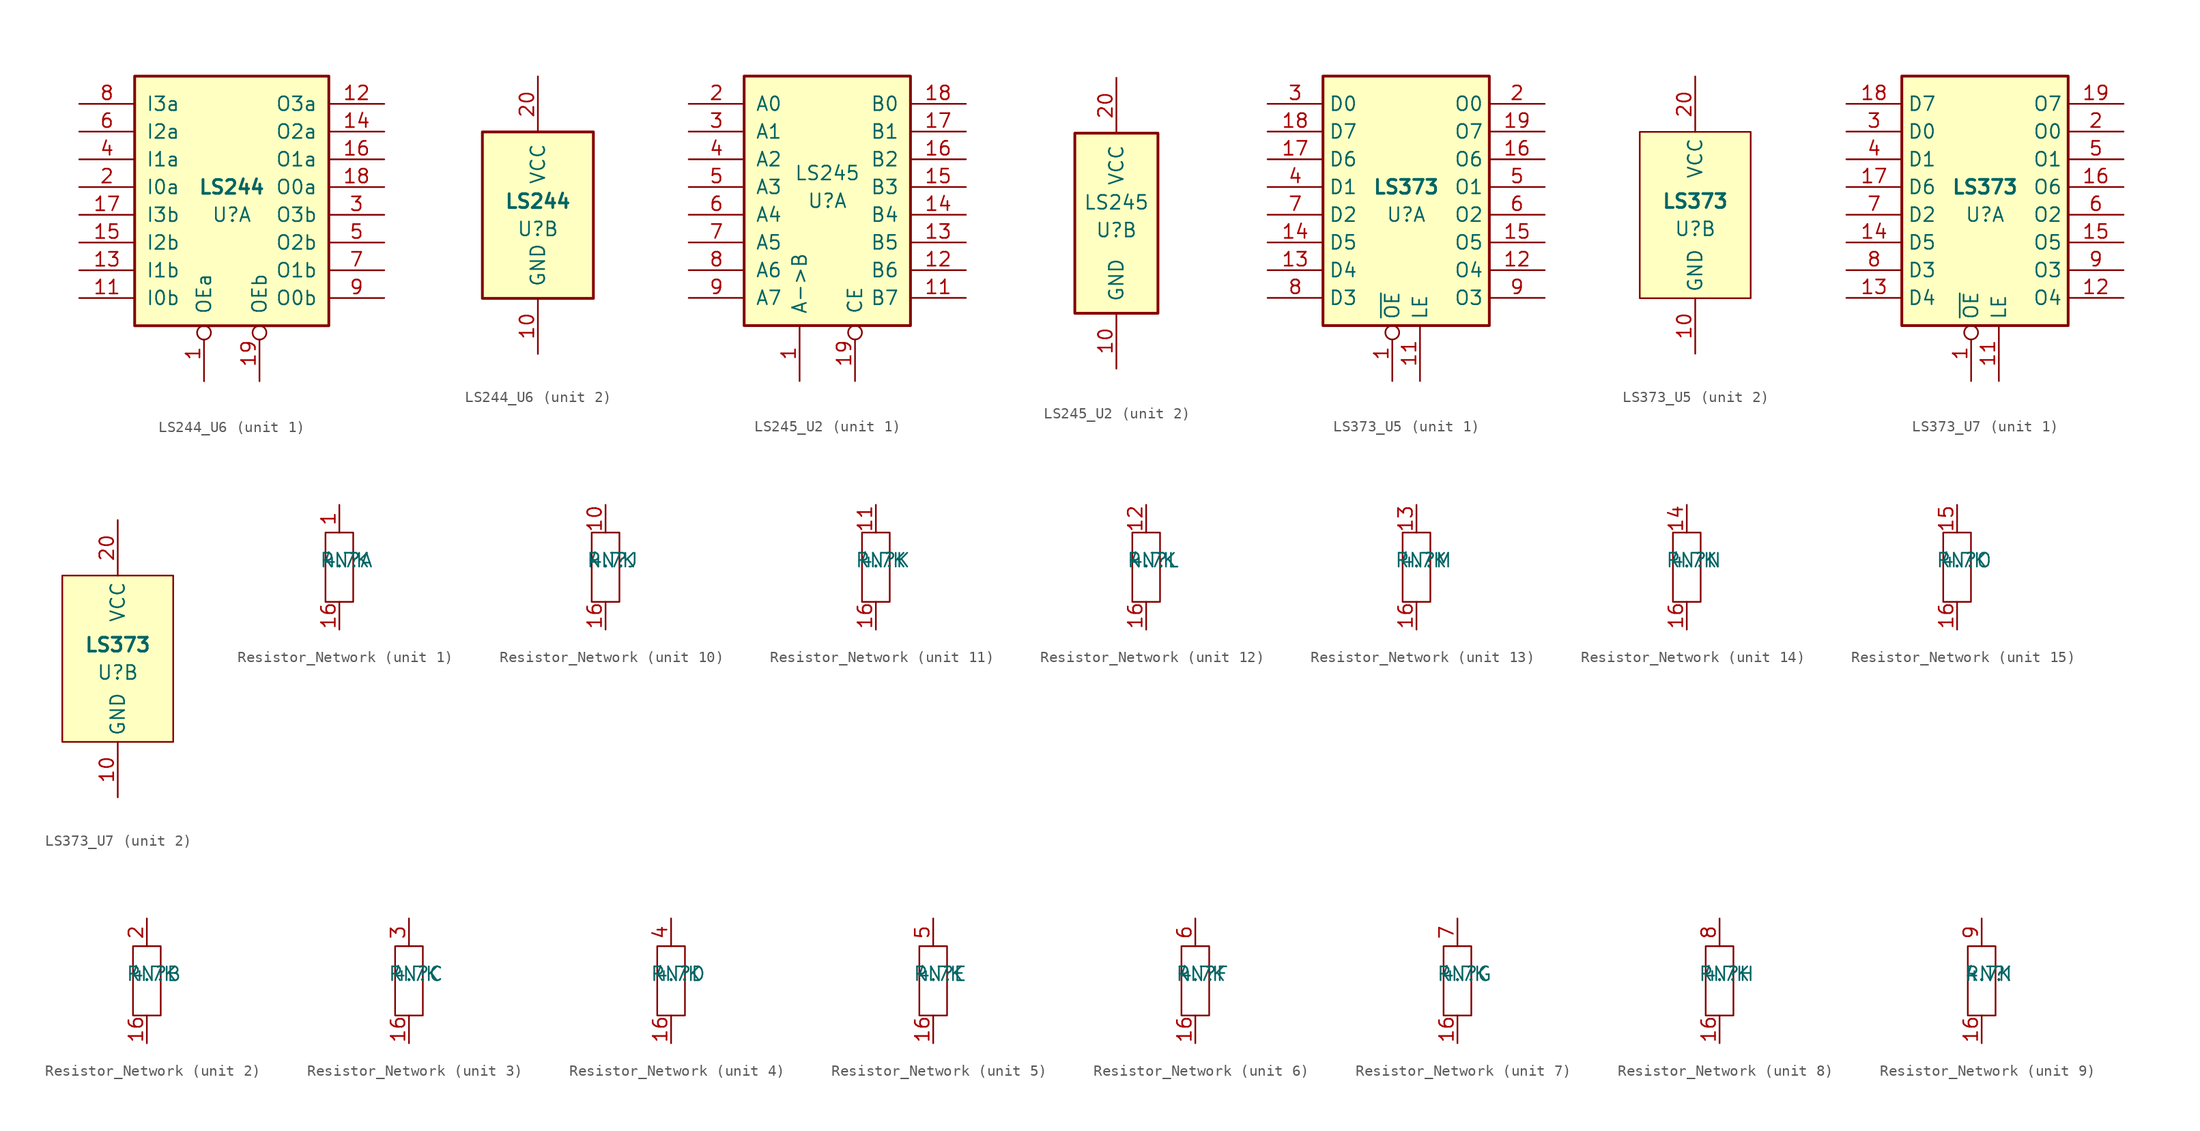
<source format=kicad_sym>
(kicad_symbol_lib
  (version 20220914)
  (generator kicad_symbol_editor)
  (symbol "LS244_U6"
    (pin_names
      (offset 1.016))
    (property "Reference" "U"
      (at 0 -1.27 0)
      (effects (font (size 1.27 1.27))))
    (property "Value" "LS244"
      (at 0 1.27 0)
      (effects (font (size 1.27 1.27) bold)))
    (property "ki_locked" ""
      (at 0 0 0)
      (effects (font (size 1.27 1.27))))
    (symbol "LS244_U6_1_0"
      (pin input inverted (at -2.54 -16.51 90) (length 5.08) (name "OEa" (effects (font (size 1.27 1.27)))) (number "1" (effects (font (size 1.27 1.27)))))
      (pin input line (at -13.97 -8.89 0) (length 5.08) (name "I0b" (effects (font (size 1.27 1.27)))) (number "11" (effects (font (size 1.27 1.27)))))
      (pin tri_state line (at 13.97 8.89 180) (length 5.08) (name "O3a" (effects (font (size 1.27 1.27)))) (number "12" (effects (font (size 1.27 1.27)))))
      (pin input line (at -13.97 -6.35 0) (length 5.08) (name "I1b" (effects (font (size 1.27 1.27)))) (number "13" (effects (font (size 1.27 1.27)))))
      (pin tri_state line (at 13.97 6.35 180) (length 5.08) (name "O2a" (effects (font (size 1.27 1.27)))) (number "14" (effects (font (size 1.27 1.27)))))
      (pin input line (at -13.97 -3.81 0) (length 5.08) (name "I2b" (effects (font (size 1.27 1.27)))) (number "15" (effects (font (size 1.27 1.27)))))
      (pin tri_state line (at 13.97 3.81 180) (length 5.08) (name "O1a" (effects (font (size 1.27 1.27)))) (number "16" (effects (font (size 1.27 1.27)))))
      (pin input line (at -13.97 -1.27 0) (length 5.08) (name "I3b" (effects (font (size 1.27 1.27)))) (number "17" (effects (font (size 1.27 1.27)))))
      (pin tri_state line (at 13.97 1.27 180) (length 5.08) (name "O0a" (effects (font (size 1.27 1.27)))) (number "18" (effects (font (size 1.27 1.27)))))
      (pin input inverted (at 2.54 -16.51 90) (length 5.08) (name "OEb" (effects (font (size 1.27 1.27)))) (number "19" (effects (font (size 1.27 1.27)))))
      (pin input line (at -13.97 1.27 0) (length 5.08) (name "I0a" (effects (font (size 1.27 1.27)))) (number "2" (effects (font (size 1.27 1.27)))))
      (pin tri_state line (at 13.97 -1.27 180) (length 5.08) (name "O3b" (effects (font (size 1.27 1.27)))) (number "3" (effects (font (size 1.27 1.27)))))
      (pin input line (at -13.97 3.81 0) (length 5.08) (name "I1a" (effects (font (size 1.27 1.27)))) (number "4" (effects (font (size 1.27 1.27)))))
      (pin tri_state line (at 13.97 -3.81 180) (length 5.08) (name "O2b" (effects (font (size 1.27 1.27)))) (number "5" (effects (font (size 1.27 1.27)))))
      (pin input line (at -13.97 6.35 0) (length 5.08) (name "I2a" (effects (font (size 1.27 1.27)))) (number "6" (effects (font (size 1.27 1.27)))))
      (pin tri_state line (at 13.97 -6.35 180) (length 5.08) (name "O1b" (effects (font (size 1.27 1.27)))) (number "7" (effects (font (size 1.27 1.27)))))
      (pin input line (at -13.97 8.89 0) (length 5.08) (name "I3a" (effects (font (size 1.27 1.27)))) (number "8" (effects (font (size 1.27 1.27)))))
      (pin tri_state line (at 13.97 -8.89 180) (length 5.08) (name "O0b" (effects (font (size 1.27 1.27)))) (number "9" (effects (font (size 1.27 1.27))))))
    (symbol "LS244_U6_1_1"
      (rectangle (start -8.89 11.43) (end 8.89 -11.43) (stroke (width 0.254) (type default)) (fill (type background))))
    (symbol "LS244_U6_2_0"
      (pin power_in line (at 0 -12.7 90) (length 5.08) (name "GND" (effects (font (size 1.27 1.27)))) (number "10" (effects (font (size 1.27 1.27)))))
      (pin power_in line (at 0 12.7 270) (length 5.08) (name "VCC" (effects (font (size 1.27 1.27)))) (number "20" (effects (font (size 1.27 1.27))))))
    (symbol "LS244_U6_2_1"
      (rectangle (start -5.08 7.62) (end 5.08 -7.62) (stroke (width 0.254) (type default)) (fill (type background)))))
  (symbol "LS245_U2"
    (pin_names
      (offset 1.016))
    (property "Reference" "U"
      (at 0 0 0)
      (effects (font (size 1.27 1.27))))
    (property "Value" "LS245"
      (at 0 2.54 0)
      (effects (font (size 1.27 1.27))))
    (property "ki_locked" ""
      (at 0 0 0)
      (effects (font (size 1.27 1.27))))
    (symbol "LS245_U2_1_0"
      (pin input line (at -2.54 -16.51 90) (length 5.08) (name "A->B" (effects (font (size 1.27 1.27)))) (number "1" (effects (font (size 1.27 1.27)))))
      (pin tri_state line (at 12.7 -8.89 180) (length 5.08) (name "B7" (effects (font (size 1.27 1.27)))) (number "11" (effects (font (size 1.27 1.27)))))
      (pin tri_state line (at 12.7 -6.35 180) (length 5.08) (name "B6" (effects (font (size 1.27 1.27)))) (number "12" (effects (font (size 1.27 1.27)))))
      (pin tri_state line (at 12.7 -3.81 180) (length 5.08) (name "B5" (effects (font (size 1.27 1.27)))) (number "13" (effects (font (size 1.27 1.27)))))
      (pin tri_state line (at 12.7 -1.27 180) (length 5.08) (name "B4" (effects (font (size 1.27 1.27)))) (number "14" (effects (font (size 1.27 1.27)))))
      (pin tri_state line (at 12.7 1.27 180) (length 5.08) (name "B3" (effects (font (size 1.27 1.27)))) (number "15" (effects (font (size 1.27 1.27)))))
      (pin tri_state line (at 12.7 3.81 180) (length 5.08) (name "B2" (effects (font (size 1.27 1.27)))) (number "16" (effects (font (size 1.27 1.27)))))
      (pin tri_state line (at 12.7 6.35 180) (length 5.08) (name "B1" (effects (font (size 1.27 1.27)))) (number "17" (effects (font (size 1.27 1.27)))))
      (pin tri_state line (at 12.7 8.89 180) (length 5.08) (name "B0" (effects (font (size 1.27 1.27)))) (number "18" (effects (font (size 1.27 1.27)))))
      (pin input inverted (at 2.54 -16.51 90) (length 5.08) (name "CE" (effects (font (size 1.27 1.27)))) (number "19" (effects (font (size 1.27 1.27)))))
      (pin tri_state line (at -12.7 8.89 0) (length 5.08) (name "A0" (effects (font (size 1.27 1.27)))) (number "2" (effects (font (size 1.27 1.27)))))
      (pin tri_state line (at -12.7 6.35 0) (length 5.08) (name "A1" (effects (font (size 1.27 1.27)))) (number "3" (effects (font (size 1.27 1.27)))))
      (pin tri_state line (at -12.7 3.81 0) (length 5.08) (name "A2" (effects (font (size 1.27 1.27)))) (number "4" (effects (font (size 1.27 1.27)))))
      (pin tri_state line (at -12.7 1.27 0) (length 5.08) (name "A3" (effects (font (size 1.27 1.27)))) (number "5" (effects (font (size 1.27 1.27)))))
      (pin tri_state line (at -12.7 -1.27 0) (length 5.08) (name "A4" (effects (font (size 1.27 1.27)))) (number "6" (effects (font (size 1.27 1.27)))))
      (pin tri_state line (at -12.7 -3.81 0) (length 5.08) (name "A5" (effects (font (size 1.27 1.27)))) (number "7" (effects (font (size 1.27 1.27)))))
      (pin tri_state line (at -12.7 -6.35 0) (length 5.08) (name "A6" (effects (font (size 1.27 1.27)))) (number "8" (effects (font (size 1.27 1.27)))))
      (pin tri_state line (at -12.7 -8.89 0) (length 5.08) (name "A7" (effects (font (size 1.27 1.27)))) (number "9" (effects (font (size 1.27 1.27))))))
    (symbol "LS245_U2_1_1"
      (rectangle (start -7.62 11.43) (end 7.62 -11.43) (stroke (width 0.254) (type default)) (fill (type background))))
    (symbol "LS245_U2_2_0"
      (pin power_in line (at 0 -12.7 90) (length 5.08) (name "GND" (effects (font (size 1.27 1.27)))) (number "10" (effects (font (size 1.27 1.27)))))
      (pin power_in line (at 0 13.97 270) (length 5.08) (name "VCC" (effects (font (size 1.27 1.27)))) (number "20" (effects (font (size 1.27 1.27))))))
    (symbol "LS245_U2_2_1"
      (rectangle (start -3.81 8.89) (end 3.81 -7.62) (stroke (width 0.254) (type default)) (fill (type background)))))
  (symbol "LS373_U5"
    (property "Reference" "U"
      (at 0 -1.27 0)
      (effects (font (size 1.27 1.27))))
    (property "Value" "LS373"
      (at 0 1.27 0)
      (effects (font (size 1.27 1.27) bold)))
    (property "ki_locked" ""
      (at 0 0 0)
      (effects (font (size 1.27 1.27))))
    (symbol "LS373_U5_1_0"
      (pin input inverted (at -1.27 -16.51 90) (length 5.08) (name "~{OE}" (effects (font (size 1.27 1.27)))) (number "1" (effects (font (size 1.27 1.27)))))
      (pin input line (at 1.27 -16.51 90) (length 5.08) (name "LE" (effects (font (size 1.27 1.27)))) (number "11" (effects (font (size 1.27 1.27)))))
      (pin tri_state line (at 12.7 -6.35 180) (length 5.08) (name "O4" (effects (font (size 1.27 1.27)))) (number "12" (effects (font (size 1.27 1.27)))))
      (pin input line (at -12.7 -6.35 0) (length 5.08) (name "D4" (effects (font (size 1.27 1.27)))) (number "13" (effects (font (size 1.27 1.27)))))
      (pin input line (at -12.7 -3.81 0) (length 5.08) (name "D5" (effects (font (size 1.27 1.27)))) (number "14" (effects (font (size 1.27 1.27)))))
      (pin tri_state line (at 12.7 -3.81 180) (length 5.08) (name "O5" (effects (font (size 1.27 1.27)))) (number "15" (effects (font (size 1.27 1.27)))))
      (pin tri_state line (at 12.7 3.81 180) (length 5.08) (name "O6" (effects (font (size 1.27 1.27)))) (number "16" (effects (font (size 1.27 1.27)))))
      (pin input line (at -12.7 3.81 0) (length 5.08) (name "D6" (effects (font (size 1.27 1.27)))) (number "17" (effects (font (size 1.27 1.27)))))
      (pin input line (at -12.7 6.35 0) (length 5.08) (name "D7" (effects (font (size 1.27 1.27)))) (number "18" (effects (font (size 1.27 1.27)))))
      (pin tri_state line (at 12.7 6.35 180) (length 5.08) (name "O7" (effects (font (size 1.27 1.27)))) (number "19" (effects (font (size 1.27 1.27)))))
      (pin tri_state line (at 12.7 8.89 180) (length 5.08) (name "O0" (effects (font (size 1.27 1.27)))) (number "2" (effects (font (size 1.27 1.27)))))
      (pin input line (at -12.7 8.89 0) (length 5.08) (name "D0" (effects (font (size 1.27 1.27)))) (number "3" (effects (font (size 1.27 1.27)))))
      (pin input line (at -12.7 1.27 0) (length 5.08) (name "D1" (effects (font (size 1.27 1.27)))) (number "4" (effects (font (size 1.27 1.27)))))
      (pin tri_state line (at 12.7 1.27 180) (length 5.08) (name "O1" (effects (font (size 1.27 1.27)))) (number "5" (effects (font (size 1.27 1.27)))))
      (pin tri_state line (at 12.7 -1.27 180) (length 5.08) (name "O2" (effects (font (size 1.27 1.27)))) (number "6" (effects (font (size 1.27 1.27)))))
      (pin input line (at -12.7 -1.27 0) (length 5.08) (name "D2" (effects (font (size 1.27 1.27)))) (number "7" (effects (font (size 1.27 1.27)))))
      (pin input line (at -12.7 -8.89 0) (length 5.08) (name "D3" (effects (font (size 1.27 1.27)))) (number "8" (effects (font (size 1.27 1.27)))))
      (pin tri_state line (at 12.7 -8.89 180) (length 5.08) (name "O3" (effects (font (size 1.27 1.27)))) (number "9" (effects (font (size 1.27 1.27))))))
    (symbol "LS373_U5_1_1"
      (rectangle (start -7.62 11.43) (end 7.62 -11.43) (stroke (width 0.254) (type default)) (fill (type background))))
    (symbol "LS373_U5_2_0"
      (pin power_in line (at 0 -12.7 90) (length 5.08) (name "GND" (effects (font (size 1.27 1.27)))) (number "10" (effects (font (size 1.27 1.27)))))
      (pin power_in line (at 0 12.7 270) (length 5.08) (name "VCC" (effects (font (size 1.27 1.27)))) (number "20" (effects (font (size 1.27 1.27))))))
    (symbol "LS373_U5_2_1"
      (rectangle (start -5.08 7.62) (end 5.08 -7.62) (stroke (width 0) (type default)) (fill (type background)))))
  (symbol "LS373_U7"
    (property "Reference" "U"
      (at 0 -1.27 0)
      (effects (font (size 1.27 1.27))))
    (property "Value" "LS373"
      (at 0 1.27 0)
      (effects (font (size 1.27 1.27) bold)))
    (property "ki_locked" ""
      (at 0 0 0)
      (effects (font (size 1.27 1.27))))
    (symbol "LS373_U7_1_0"
      (pin input inverted (at -1.27 -16.51 90) (length 5.08) (name "~{OE}" (effects (font (size 1.27 1.27)))) (number "1" (effects (font (size 1.27 1.27)))))
      (pin input line (at 1.27 -16.51 90) (length 5.08) (name "LE" (effects (font (size 1.27 1.27)))) (number "11" (effects (font (size 1.27 1.27)))))
      (pin tri_state line (at 12.7 -8.89 180) (length 5.08) (name "O4" (effects (font (size 1.27 1.27)))) (number "12" (effects (font (size 1.27 1.27)))))
      (pin input line (at -12.7 -8.89 0) (length 5.08) (name "D4" (effects (font (size 1.27 1.27)))) (number "13" (effects (font (size 1.27 1.27)))))
      (pin input line (at -12.7 -3.81 0) (length 5.08) (name "D5" (effects (font (size 1.27 1.27)))) (number "14" (effects (font (size 1.27 1.27)))))
      (pin tri_state line (at 12.7 -3.81 180) (length 5.08) (name "O5" (effects (font (size 1.27 1.27)))) (number "15" (effects (font (size 1.27 1.27)))))
      (pin tri_state line (at 12.7 1.27 180) (length 5.08) (name "O6" (effects (font (size 1.27 1.27)))) (number "16" (effects (font (size 1.27 1.27)))))
      (pin input line (at -12.7 1.27 0) (length 5.08) (name "D6" (effects (font (size 1.27 1.27)))) (number "17" (effects (font (size 1.27 1.27)))))
      (pin input line (at -12.7 8.89 0) (length 5.08) (name "D7" (effects (font (size 1.27 1.27)))) (number "18" (effects (font (size 1.27 1.27)))))
      (pin tri_state line (at 12.7 8.89 180) (length 5.08) (name "O7" (effects (font (size 1.27 1.27)))) (number "19" (effects (font (size 1.27 1.27)))))
      (pin tri_state line (at 12.7 6.35 180) (length 5.08) (name "O0" (effects (font (size 1.27 1.27)))) (number "2" (effects (font (size 1.27 1.27)))))
      (pin input line (at -12.7 6.35 0) (length 5.08) (name "D0" (effects (font (size 1.27 1.27)))) (number "3" (effects (font (size 1.27 1.27)))))
      (pin input line (at -12.7 3.81 0) (length 5.08) (name "D1" (effects (font (size 1.27 1.27)))) (number "4" (effects (font (size 1.27 1.27)))))
      (pin tri_state line (at 12.7 3.81 180) (length 5.08) (name "O1" (effects (font (size 1.27 1.27)))) (number "5" (effects (font (size 1.27 1.27)))))
      (pin tri_state line (at 12.7 -1.27 180) (length 5.08) (name "O2" (effects (font (size 1.27 1.27)))) (number "6" (effects (font (size 1.27 1.27)))))
      (pin input line (at -12.7 -1.27 0) (length 5.08) (name "D2" (effects (font (size 1.27 1.27)))) (number "7" (effects (font (size 1.27 1.27)))))
      (pin input line (at -12.7 -6.35 0) (length 5.08) (name "D3" (effects (font (size 1.27 1.27)))) (number "8" (effects (font (size 1.27 1.27)))))
      (pin tri_state line (at 12.7 -6.35 180) (length 5.08) (name "O3" (effects (font (size 1.27 1.27)))) (number "9" (effects (font (size 1.27 1.27))))))
    (symbol "LS373_U7_1_1"
      (rectangle (start -7.62 11.43) (end 7.62 -11.43) (stroke (width 0.254) (type default)) (fill (type background))))
    (symbol "LS373_U7_2_0"
      (pin power_in line (at 0 -12.7 90) (length 5.08) (name "GND" (effects (font (size 1.27 1.27)))) (number "10" (effects (font (size 1.27 1.27)))))
      (pin power_in line (at 0 12.7 270) (length 5.08) (name "VCC" (effects (font (size 1.27 1.27)))) (number "20" (effects (font (size 1.27 1.27))))))
    (symbol "LS373_U7_2_1"
      (rectangle (start -5.08 7.62) (end 5.08 -7.62) (stroke (width 0) (type default)) (fill (type background)))))
  (symbol "Resistor_Network"
    (property "Reference" "RN"
      (at 0.635 0.635 0)
      (effects (font (size 1.27 1.27))))
    (property "Value" "4.7K"
      (at 0.635 0.635 0)
      (effects (font (size 1.27 1.27))))
    (property "ki_locked" ""
      (at 0 0 0)
      (effects (font (size 1.27 1.27))))
    (symbol "Resistor_Network_1_1"
      (rectangle (start -1.27 3.175) (end 1.27 -3.175) (stroke (width 0) (type default)) (fill (type none)))
      (pin passive line (at 0 5.715 270) (length 2.54) (name "~" (effects (font (size 1.27 1.27)))) (number "1" (effects (font (size 1.27 1.27)))))
      (pin passive line (at 0 -5.715 90) (length 2.54) (name "~" (effects (font (size 1.27 1.27)))) (number "16" (effects (font (size 1.27 1.27))))))
    (symbol "Resistor_Network_2_0"
      (pin passive line (at 0 -5.715 90) (length 2.54) (name "~" (effects (font (size 1.27 1.27)))) (number "16" (effects (font (size 1.27 1.27)))))
      (pin passive line (at 0 5.715 270) (length 2.54) (name "~" (effects (font (size 1.27 1.27)))) (number "2" (effects (font (size 1.27 1.27))))))
    (symbol "Resistor_Network_2_1"
      (rectangle (start -1.27 3.175) (end 1.27 -3.175) (stroke (width 0) (type default)) (fill (type none))))
    (symbol "Resistor_Network_3_0"
      (pin passive line (at 0 -5.715 90) (length 2.54) (name "~" (effects (font (size 1.27 1.27)))) (number "16" (effects (font (size 1.27 1.27)))))
      (pin passive line (at 0 5.715 270) (length 2.54) (name "~" (effects (font (size 1.27 1.27)))) (number "3" (effects (font (size 1.27 1.27))))))
    (symbol "Resistor_Network_3_1"
      (rectangle (start -1.27 3.175) (end 1.27 -3.175) (stroke (width 0) (type default)) (fill (type none))))
    (symbol "Resistor_Network_4_0"
      (pin passive line (at 0 -5.715 90) (length 2.54) (name "~" (effects (font (size 1.27 1.27)))) (number "16" (effects (font (size 1.27 1.27)))))
      (pin passive line (at 0 5.715 270) (length 2.54) (name "~" (effects (font (size 1.27 1.27)))) (number "4" (effects (font (size 1.27 1.27))))))
    (symbol "Resistor_Network_4_1"
      (rectangle (start -1.27 3.175) (end 1.27 -3.175) (stroke (width 0) (type default)) (fill (type none))))
    (symbol "Resistor_Network_5_0"
      (pin passive line (at 0 -5.715 90) (length 2.54) (name "~" (effects (font (size 1.27 1.27)))) (number "16" (effects (font (size 1.27 1.27)))))
      (pin passive line (at 0 5.715 270) (length 2.54) (name "~" (effects (font (size 1.27 1.27)))) (number "5" (effects (font (size 1.27 1.27))))))
    (symbol "Resistor_Network_5_1"
      (rectangle (start -1.27 3.175) (end 1.27 -3.175) (stroke (width 0) (type default)) (fill (type none))))
    (symbol "Resistor_Network_6_0"
      (pin passive line (at 0 -5.715 90) (length 2.54) (name "~" (effects (font (size 1.27 1.27)))) (number "16" (effects (font (size 1.27 1.27)))))
      (pin passive line (at 0 5.715 270) (length 2.54) (name "~" (effects (font (size 1.27 1.27)))) (number "6" (effects (font (size 1.27 1.27))))))
    (symbol "Resistor_Network_6_1"
      (rectangle (start -1.27 3.175) (end 1.27 -3.175) (stroke (width 0) (type default)) (fill (type none))))
    (symbol "Resistor_Network_7_0"
      (pin passive line (at 0 -5.715 90) (length 2.54) (name "~" (effects (font (size 1.27 1.27)))) (number "16" (effects (font (size 1.27 1.27)))))
      (pin passive line (at 0 5.715 270) (length 2.54) (name "~" (effects (font (size 1.27 1.27)))) (number "7" (effects (font (size 1.27 1.27))))))
    (symbol "Resistor_Network_7_1"
      (rectangle (start -1.27 3.175) (end 1.27 -3.175) (stroke (width 0) (type default)) (fill (type none))))
    (symbol "Resistor_Network_8_0"
      (pin passive line (at 0 -5.715 90) (length 2.54) (name "~" (effects (font (size 1.27 1.27)))) (number "16" (effects (font (size 1.27 1.27)))))
      (pin passive line (at 0 5.715 270) (length 2.54) (name "~" (effects (font (size 1.27 1.27)))) (number "8" (effects (font (size 1.27 1.27))))))
    (symbol "Resistor_Network_8_1"
      (rectangle (start -1.27 3.175) (end 1.27 -3.175) (stroke (width 0) (type default)) (fill (type none))))
    (symbol "Resistor_Network_9_1"
      (rectangle (start -1.27 3.175) (end 1.27 -3.175) (stroke (width 0) (type default)) (fill (type none)))
      (pin passive line (at 0 -5.715 90) (length 2.54) (name "~" (effects (font (size 1.27 1.27)))) (number "16" (effects (font (size 1.27 1.27)))))
      (pin passive line (at 0 5.715 270) (length 2.54) (name "~" (effects (font (size 1.27 1.27)))) (number "9" (effects (font (size 1.27 1.27))))))
    (symbol "Resistor_Network_10_1"
      (rectangle (start -1.27 3.175) (end 1.27 -3.175) (stroke (width 0) (type default)) (fill (type none)))
      (pin passive line (at 0 5.715 270) (length 2.54) (name "~" (effects (font (size 1.27 1.27)))) (number "10" (effects (font (size 1.27 1.27)))))
      (pin passive line (at 0 -5.715 90) (length 2.54) (name "~" (effects (font (size 1.27 1.27)))) (number "16" (effects (font (size 1.27 1.27))))))
    (symbol "Resistor_Network_11_1"
      (rectangle (start -1.27 3.175) (end 1.27 -3.175) (stroke (width 0) (type default)) (fill (type none)))
      (pin passive line (at 0 5.715 270) (length 2.54) (name "~" (effects (font (size 1.27 1.27)))) (number "11" (effects (font (size 1.27 1.27)))))
      (pin passive line (at 0 -5.715 90) (length 2.54) (name "~" (effects (font (size 1.27 1.27)))) (number "16" (effects (font (size 1.27 1.27))))))
    (symbol "Resistor_Network_12_1"
      (rectangle (start -1.27 3.175) (end 1.27 -3.175) (stroke (width 0) (type default)) (fill (type none)))
      (pin passive line (at 0 5.715 270) (length 2.54) (name "~" (effects (font (size 1.27 1.27)))) (number "12" (effects (font (size 1.27 1.27)))))
      (pin passive line (at 0 -5.715 90) (length 2.54) (name "~" (effects (font (size 1.27 1.27)))) (number "16" (effects (font (size 1.27 1.27))))))
    (symbol "Resistor_Network_13_1"
      (rectangle (start -1.27 3.175) (end 1.27 -3.175) (stroke (width 0) (type default)) (fill (type none)))
      (pin passive line (at 0 5.715 270) (length 2.54) (name "~" (effects (font (size 1.27 1.27)))) (number "13" (effects (font (size 1.27 1.27)))))
      (pin passive line (at 0 -5.715 90) (length 2.54) (name "~" (effects (font (size 1.27 1.27)))) (number "16" (effects (font (size 1.27 1.27))))))
    (symbol "Resistor_Network_14_1"
      (rectangle (start -1.27 3.175) (end 1.27 -3.175) (stroke (width 0) (type default)) (fill (type none)))
      (pin passive line (at 0 5.715 270) (length 2.54) (name "~" (effects (font (size 1.27 1.27)))) (number "14" (effects (font (size 1.27 1.27)))))
      (pin passive line (at 0 -5.715 90) (length 2.54) (name "~" (effects (font (size 1.27 1.27)))) (number "16" (effects (font (size 1.27 1.27))))))
    (symbol "Resistor_Network_15_1"
      (rectangle (start -1.27 3.175) (end 1.27 -3.175) (stroke (width 0) (type default)) (fill (type none)))
      (pin passive line (at 0 5.715 270) (length 2.54) (name "~" (effects (font (size 1.27 1.27)))) (number "15" (effects (font (size 1.27 1.27)))))
      (pin passive line (at 0 -5.715 90) (length 2.54) (name "~" (effects (font (size 1.27 1.27)))) (number "16" (effects (font (size 1.27 1.27))))))))
</source>
